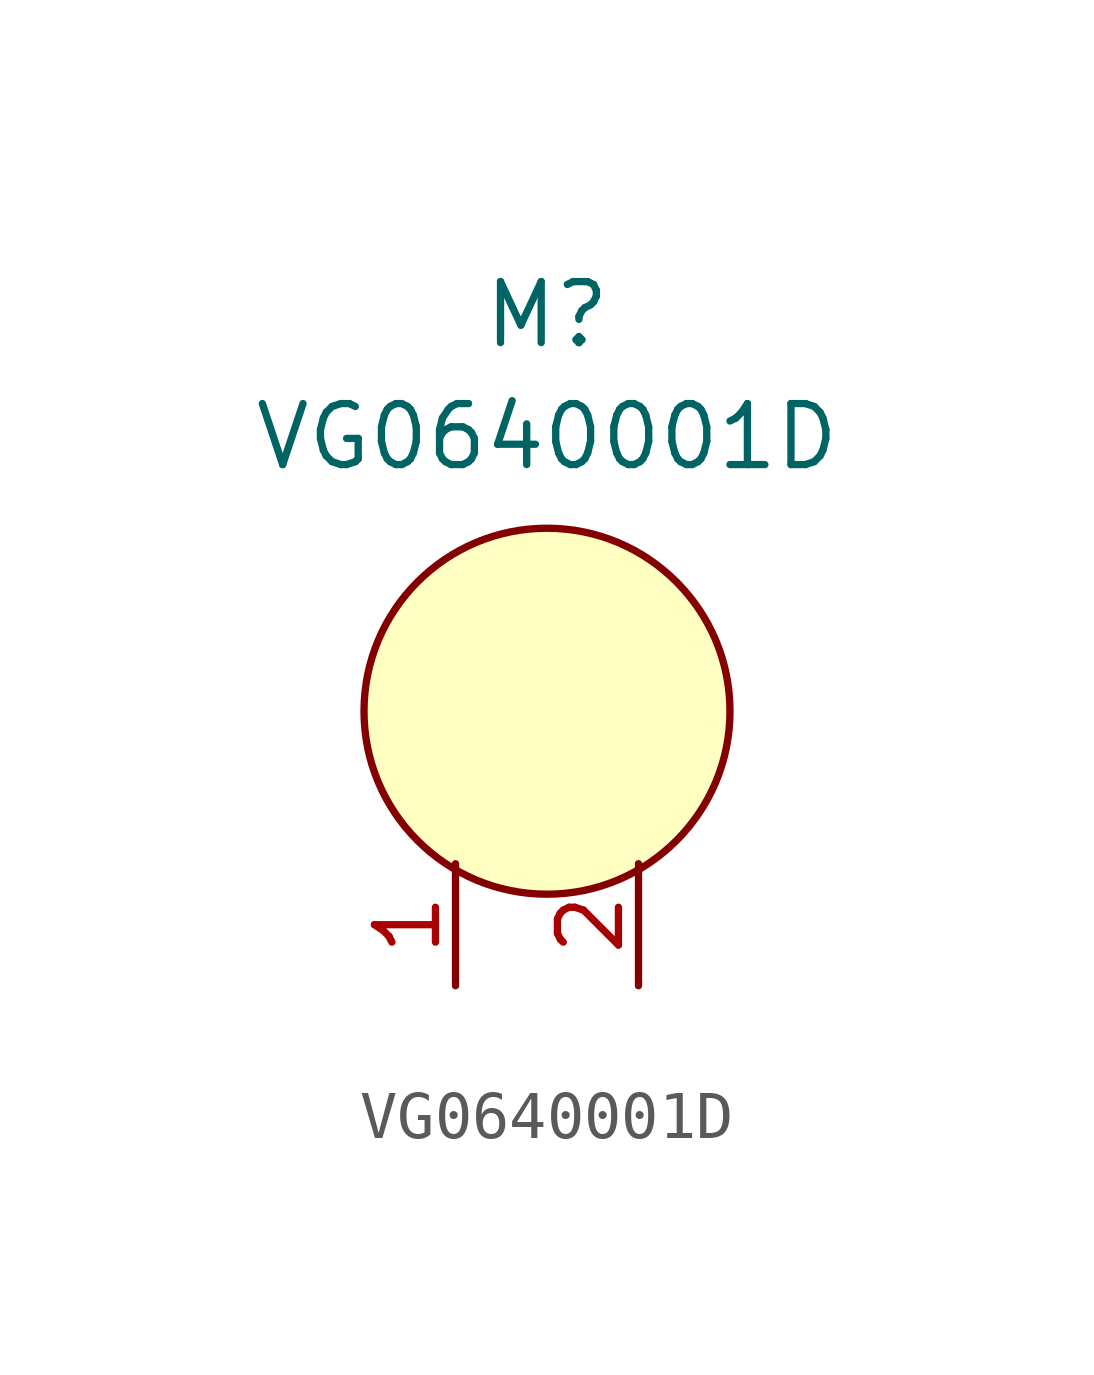
<source format=kicad_sym>
(kicad_symbol_lib
  (version 20211014)
  (generator kicad_symbol_editor)
  (symbol "VG0640001D"
    (property "Reference" "M"
      (at 0 12.7 0)
      (effects (font (size 1.27 1.27))))
    (property "Value" "VG0640001D"
      (at 0 10.16 0)
      (effects (font (size 1.27 1.27))))
    (symbol "VG0640001D_0_1"
      (circle (center 0 4.445) (radius 3.81) (stroke (width 0) (type default) (color 0 0 0 0)) (fill (type background))))
    (symbol "VG0640001D_1_1"
      (pin input line (at -1.905 -1.27 90) (length 2.54) (name "" (effects (font (size 1.27 1.27)))) (number "1" (effects (font (size 1.27 1.27)))))
      (pin input line (at 1.905 -1.27 90) (length 2.54) (name "" (effects (font (size 1.27 1.27)))) (number "2" (effects (font (size 1.27 1.27))))))))
</source>
